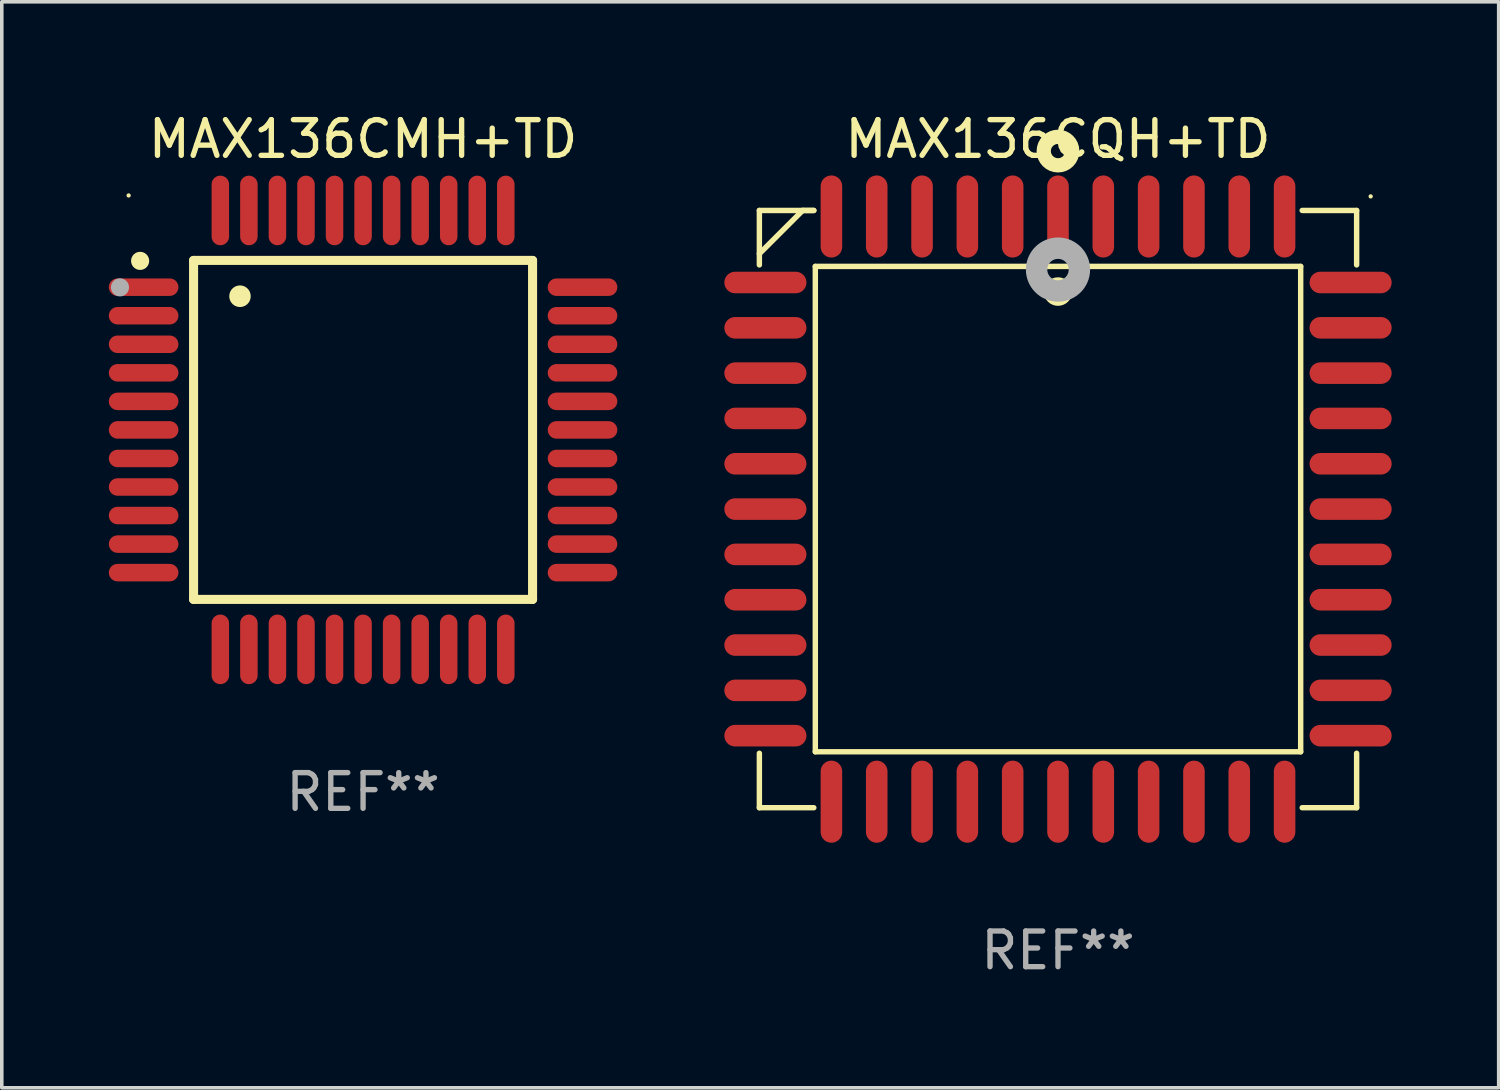
<source format=kicad_pcb>
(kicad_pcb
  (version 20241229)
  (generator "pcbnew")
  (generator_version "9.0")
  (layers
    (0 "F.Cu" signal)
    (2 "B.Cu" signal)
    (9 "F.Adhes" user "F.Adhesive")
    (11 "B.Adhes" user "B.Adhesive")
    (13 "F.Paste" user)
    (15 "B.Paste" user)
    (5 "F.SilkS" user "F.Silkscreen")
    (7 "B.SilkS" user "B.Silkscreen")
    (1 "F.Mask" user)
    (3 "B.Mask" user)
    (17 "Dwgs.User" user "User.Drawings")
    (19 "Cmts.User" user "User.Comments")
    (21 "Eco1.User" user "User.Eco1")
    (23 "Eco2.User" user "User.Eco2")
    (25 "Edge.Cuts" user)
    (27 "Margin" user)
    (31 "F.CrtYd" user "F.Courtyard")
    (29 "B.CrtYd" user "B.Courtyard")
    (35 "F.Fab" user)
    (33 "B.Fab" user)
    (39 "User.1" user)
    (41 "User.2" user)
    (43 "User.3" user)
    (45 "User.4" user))
  (footprint "MAX136CQH+TD"
    (layer "F.Cu")
    (at 26.6 11.217)
    (property "Reference" "MAX136CQH+TD" (at 0 -10.369 0) (layer "F.SilkS") (effects (font (size 1 1) (thickness 0.15))))
    (attr through_hole)
    (fp_line (start -8.369 -8.369) (end -8.369 -6.843) (stroke (width 0.152) (type solid)) (layer "F.SilkS"))
    (fp_line (start -8.369 8.369) (end -8.369 6.843) (stroke (width 0.152) (type solid)) (layer "F.SilkS"))
    (fp_line (start -7.156 -8.369) (end -8.369 -7.156) (stroke (width 0.152) (type solid)) (layer "F.SilkS"))
    (fp_line (start -6.843 -8.369) (end -8.369 -8.369) (stroke (width 0.152) (type solid)) (layer "F.SilkS"))
    (fp_line (start -6.843 -8.369) (end -7.156 -8.369) (stroke (width 0.152) (type solid)) (layer "F.SilkS"))
    (fp_line (start -6.843 8.369) (end -8.369 8.369) (stroke (width 0.152) (type solid)) (layer "F.SilkS"))
    (fp_line (start -6.801 -6.801) (end 6.801 -6.801) (stroke (width 0.152) (type solid)) (layer "F.SilkS"))
    (fp_line (start -6.801 6.801) (end -6.801 -6.801) (stroke (width 0.152) (type solid)) (layer "F.SilkS"))
    (fp_line (start 6.801 -6.801) (end 6.801 6.801) (stroke (width 0.152) (type solid)) (layer "F.SilkS"))
    (fp_line (start 6.801 6.801) (end -6.801 6.801) (stroke (width 0.152) (type solid)) (layer "F.SilkS"))
    (fp_line (start 6.843 -8.369) (end 8.369 -8.369) (stroke (width 0.152) (type solid)) (layer "F.SilkS"))
    (fp_line (start 6.843 8.369) (end 8.369 8.369) (stroke (width 0.152) (type solid)) (layer "F.SilkS"))
    (fp_line (start 8.369 -8.369) (end 8.369 -6.843) (stroke (width 0.152) (type solid)) (layer "F.SilkS"))
    (fp_line (start 8.369 8.369) (end 8.369 6.843) (stroke (width 0.152) (type solid)) (layer "F.SilkS"))
    (fp_circle (center -0.000013 -6.096) (end 0.2 -6.096) (stroke (width 0.4) (type solid)) (fill no) (layer "F.SilkS"))
    (fp_circle (center 0.000114 -10.033) (end 0.2 -10.033) (stroke (width 0.4) (type solid)) (fill no) (layer "F.SilkS"))
    (fp_circle (center 8.763 -8.763) (end 8.793 -8.763) (stroke (width 0.06) (type solid)) (fill no) (layer "F.SilkS"))
    (fp_circle (center 0.000114 -6.712) (end 0.3 -6.712) (stroke (width 0.6) (type solid)) (fill no) (layer "F.Fab"))
    (fp_text user "REF**" (at 0 12.369 0) (layer "F.Fab") (effects (font (size 1 1) (thickness 0.15))))
    (pad "1" smd oval (at 0.000114 -8.2) (size 0.604 2.3) (layers "F.Cu" "F.Mask" "F.Paste"))
    (pad "2" smd oval (at -1.27 -8.2) (size 0.604 2.3) (layers "F.Cu" "F.Mask" "F.Paste"))
    (pad "3" smd oval (at -2.54 -8.2) (size 0.604 2.3) (layers "F.Cu" "F.Mask" "F.Paste"))
    (pad "4" smd oval (at -3.81 -8.2) (size 0.604 2.3) (layers "F.Cu" "F.Mask" "F.Paste"))
    (pad "5" smd oval (at -5.08 -8.2) (size 0.604 2.3) (layers "F.Cu" "F.Mask" "F.Paste"))
    (pad "6" smd oval (at -6.35 -8.2) (size 0.604 2.3) (layers "F.Cu" "F.Mask" "F.Paste"))
    (pad "7" smd oval (at -8.2 -6.35) (size 2.3 0.604) (layers "F.Cu" "F.Mask" "F.Paste"))
    (pad "8" smd oval (at -8.2 -5.08) (size 2.3 0.604) (layers "F.Cu" "F.Mask" "F.Paste"))
    (pad "9" smd oval (at -8.2 -3.81) (size 2.3 0.604) (layers "F.Cu" "F.Mask" "F.Paste"))
    (pad "10" smd oval (at -8.2 -2.54) (size 2.3 0.604) (layers "F.Cu" "F.Mask" "F.Paste"))
    (pad "11" smd oval (at -8.2 -1.27) (size 2.3 0.604) (layers "F.Cu" "F.Mask" "F.Paste"))
    (pad "12" smd oval (at -8.2 0.000127) (size 2.3 0.604) (layers "F.Cu" "F.Mask" "F.Paste"))
    (pad "13" smd oval (at -8.2 1.27) (size 2.3 0.604) (layers "F.Cu" "F.Mask" "F.Paste"))
    (pad "14" smd oval (at -8.2 2.54) (size 2.3 0.604) (layers "F.Cu" "F.Mask" "F.Paste"))
    (pad "15" smd oval (at -8.2 3.81) (size 2.3 0.604) (layers "F.Cu" "F.Mask" "F.Paste"))
    (pad "16" smd oval (at -8.2 5.08) (size 2.3 0.604) (layers "F.Cu" "F.Mask" "F.Paste"))
    (pad "17" smd oval (at -8.2 6.35) (size 2.3 0.604) (layers "F.Cu" "F.Mask" "F.Paste"))
    (pad "18" smd oval (at -6.35 8.2) (size 0.604 2.3) (layers "F.Cu" "F.Mask" "F.Paste"))
    (pad "19" smd oval (at -5.08 8.2) (size 0.604 2.3) (layers "F.Cu" "F.Mask" "F.Paste"))
    (pad "20" smd oval (at -3.81 8.2) (size 0.604 2.3) (layers "F.Cu" "F.Mask" "F.Paste"))
    (pad "21" smd oval (at -2.54 8.2) (size 0.604 2.3) (layers "F.Cu" "F.Mask" "F.Paste"))
    (pad "22" smd oval (at -1.27 8.2) (size 0.604 2.3) (layers "F.Cu" "F.Mask" "F.Paste"))
    (pad "23" smd oval (at 0.000114 8.2) (size 0.604 2.3) (layers "F.Cu" "F.Mask" "F.Paste"))
    (pad "24" smd oval (at 1.27 8.2) (size 0.604 2.3) (layers "F.Cu" "F.Mask" "F.Paste"))
    (pad "25" smd oval (at 2.54 8.2) (size 0.604 2.3) (layers "F.Cu" "F.Mask" "F.Paste"))
    (pad "26" smd oval (at 3.81 8.2) (size 0.604 2.3) (layers "F.Cu" "F.Mask" "F.Paste"))
    (pad "27" smd oval (at 5.08 8.2) (size 0.604 2.3) (layers "F.Cu" "F.Mask" "F.Paste"))
    (pad "28" smd oval (at 6.35 8.2) (size 0.604 2.3) (layers "F.Cu" "F.Mask" "F.Paste"))
    (pad "29" smd oval (at 8.2 6.35) (size 2.3 0.604) (layers "F.Cu" "F.Mask" "F.Paste"))
    (pad "30" smd oval (at 8.2 5.08) (size 2.3 0.604) (layers "F.Cu" "F.Mask" "F.Paste"))
    (pad "31" smd oval (at 8.2 3.81) (size 2.3 0.604) (layers "F.Cu" "F.Mask" "F.Paste"))
    (pad "32" smd oval (at 8.2 2.54) (size 2.3 0.604) (layers "F.Cu" "F.Mask" "F.Paste"))
    (pad "33" smd oval (at 8.2 1.27) (size 2.3 0.604) (layers "F.Cu" "F.Mask" "F.Paste"))
    (pad "34" smd oval (at 8.2 0.000127) (size 2.3 0.604) (layers "F.Cu" "F.Mask" "F.Paste"))
    (pad "35" smd oval (at 8.2 -1.27) (size 2.3 0.604) (layers "F.Cu" "F.Mask" "F.Paste"))
    (pad "36" smd oval (at 8.2 -2.54) (size 2.3 0.604) (layers "F.Cu" "F.Mask" "F.Paste"))
    (pad "37" smd oval (at 8.2 -3.81) (size 2.3 0.604) (layers "F.Cu" "F.Mask" "F.Paste"))
    (pad "38" smd oval (at 8.2 -5.08) (size 2.3 0.604) (layers "F.Cu" "F.Mask" "F.Paste"))
    (pad "39" smd oval (at 8.2 -6.35) (size 2.3 0.604) (layers "F.Cu" "F.Mask" "F.Paste"))
    (pad "40" smd oval (at 6.35 -8.2) (size 0.604 2.3) (layers "F.Cu" "F.Mask" "F.Paste"))
    (pad "41" smd oval (at 5.08 -8.2) (size 0.604 2.3) (layers "F.Cu" "F.Mask" "F.Paste"))
    (pad "42" smd oval (at 3.81 -8.2) (size 0.604 2.3) (layers "F.Cu" "F.Mask" "F.Paste"))
    (pad "43" smd oval (at 2.54 -8.2) (size 0.604 2.3) (layers "F.Cu" "F.Mask" "F.Paste"))
    (pad "44" smd oval (at 1.27 -8.2) (size 0.604 2.3) (layers "F.Cu" "F.Mask" "F.Paste")))
  (footprint "MAX136CMH+TD"
    (layer "F.Cu")
    (at 7.125 8.998)
    (property "Reference" "MAX136CMH+TD" (at 0 -8.15 0) (layer "F.SilkS") (effects (font (size 1 1) (thickness 0.15))))
    (attr through_hole)
    (fp_line (start -4.75 -4.75) (end 4.75 -4.75) (stroke (width 0.254) (type solid)) (layer "F.SilkS"))
    (fp_line (start -4.75 4.75) (end -4.75 -4.75) (stroke (width 0.254) (type solid)) (layer "F.SilkS"))
    (fp_line (start 4.75 -4.75) (end 4.75 4.75) (stroke (width 0.254) (type solid)) (layer "F.SilkS"))
    (fp_line (start 4.75 4.75) (end -4.75 4.75) (stroke (width 0.254) (type solid)) (layer "F.SilkS"))
    (fp_arc (start -3.449301 -3.743942) (mid -3.449312 -3.746482) (end -3.449301 -3.749022) (stroke (width 0.6) (type solid)) (layer "F.SilkS"))
    (fp_circle (center -6.57 -6.57) (end -6.54 -6.57) (stroke (width 0.06) (type solid)) (fill no) (layer "F.SilkS"))
    (fp_circle (center -6.248 -4.737) (end -6.121 -4.737) (stroke (width 0.254) (type solid)) (fill no) (layer "F.SilkS"))
    (fp_circle (center -6.813 -3.995) (end -6.686 -3.995) (stroke (width 0.254) (type solid)) (fill no) (layer "F.Fab"))
    (fp_text user "REF**" (at 0 10.15 0) (layer "F.Fab") (effects (font (size 1 1) (thickness 0.15))))
    (pad "1" smd oval (at -6.15 -4 90) (size 0.49 1.95) (layers "F.Cu" "F.Mask" "F.Paste"))
    (pad "2" smd oval (at -6.15 -3.2 90) (size 0.49 1.95) (layers "F.Cu" "F.Mask" "F.Paste"))
    (pad "3" smd oval (at -6.15 -2.4 90) (size 0.49 1.95) (layers "F.Cu" "F.Mask" "F.Paste"))
    (pad "4" smd oval (at -6.15 -1.6 90) (size 0.49 1.95) (layers "F.Cu" "F.Mask" "F.Paste"))
    (pad "5" smd oval (at -6.15 -0.8 90) (size 0.49 1.95) (layers "F.Cu" "F.Mask" "F.Paste"))
    (pad "6" smd oval (at -6.15 0 90) (size 0.49 1.95) (layers "F.Cu" "F.Mask" "F.Paste"))
    (pad "7" smd oval (at -6.15 0.8 90) (size 0.49 1.95) (layers "F.Cu" "F.Mask" "F.Paste"))
    (pad "8" smd oval (at -6.15 1.6 90) (size 0.49 1.95) (layers "F.Cu" "F.Mask" "F.Paste"))
    (pad "9" smd oval (at -6.15 2.4 90) (size 0.49 1.95) (layers "F.Cu" "F.Mask" "F.Paste"))
    (pad "10" smd oval (at -6.15 3.2 90) (size 0.49 1.95) (layers "F.Cu" "F.Mask" "F.Paste"))
    (pad "11" smd oval (at -6.15 4 90) (size 0.49 1.95) (layers "F.Cu" "F.Mask" "F.Paste"))
    (pad "12" smd oval (at -4 6.15) (size 0.49 1.95) (layers "F.Cu" "F.Mask" "F.Paste"))
    (pad "13" smd oval (at -3.2 6.15) (size 0.49 1.95) (layers "F.Cu" "F.Mask" "F.Paste"))
    (pad "14" smd oval (at -2.4 6.15) (size 0.49 1.95) (layers "F.Cu" "F.Mask" "F.Paste"))
    (pad "15" smd oval (at -1.6 6.15) (size 0.49 1.95) (layers "F.Cu" "F.Mask" "F.Paste"))
    (pad "16" smd oval (at -0.8 6.15) (size 0.49 1.95) (layers "F.Cu" "F.Mask" "F.Paste"))
    (pad "17" smd oval (at 0 6.15) (size 0.49 1.95) (layers "F.Cu" "F.Mask" "F.Paste"))
    (pad "18" smd oval (at 0.8 6.15) (size 0.49 1.95) (layers "F.Cu" "F.Mask" "F.Paste"))
    (pad "19" smd oval (at 1.6 6.15) (size 0.49 1.95) (layers "F.Cu" "F.Mask" "F.Paste"))
    (pad "20" smd oval (at 2.4 6.15) (size 0.49 1.95) (layers "F.Cu" "F.Mask" "F.Paste"))
    (pad "21" smd oval (at 3.2 6.15) (size 0.49 1.95) (layers "F.Cu" "F.Mask" "F.Paste"))
    (pad "22" smd oval (at 4 6.15) (size 0.49 1.95) (layers "F.Cu" "F.Mask" "F.Paste"))
    (pad "23" smd oval (at 6.15 4 90) (size 0.49 1.95) (layers "F.Cu" "F.Mask" "F.Paste"))
    (pad "24" smd oval (at 6.15 3.2 90) (size 0.49 1.95) (layers "F.Cu" "F.Mask" "F.Paste"))
    (pad "25" smd oval (at 6.15 2.4 90) (size 0.49 1.95) (layers "F.Cu" "F.Mask" "F.Paste"))
    (pad "26" smd oval (at 6.15 1.6 90) (size 0.49 1.95) (layers "F.Cu" "F.Mask" "F.Paste"))
    (pad "27" smd oval (at 6.15 0.8 90) (size 0.49 1.95) (layers "F.Cu" "F.Mask" "F.Paste"))
    (pad "28" smd oval (at 6.15 0 90) (size 0.49 1.95) (layers "F.Cu" "F.Mask" "F.Paste"))
    (pad "29" smd oval (at 6.15 -0.8 90) (size 0.49 1.95) (layers "F.Cu" "F.Mask" "F.Paste"))
    (pad "30" smd oval (at 6.15 -1.6 90) (size 0.49 1.95) (layers "F.Cu" "F.Mask" "F.Paste"))
    (pad "31" smd oval (at 6.15 -2.4 90) (size 0.49 1.95) (layers "F.Cu" "F.Mask" "F.Paste"))
    (pad "32" smd oval (at 6.15 -3.2 90) (size 0.49 1.95) (layers "F.Cu" "F.Mask" "F.Paste"))
    (pad "33" smd oval (at 6.15 -4 90) (size 0.49 1.95) (layers "F.Cu" "F.Mask" "F.Paste"))
    (pad "34" smd oval (at 4 -6.15) (size 0.49 1.95) (layers "F.Cu" "F.Mask" "F.Paste"))
    (pad "35" smd oval (at 3.2 -6.15) (size 0.49 1.95) (layers "F.Cu" "F.Mask" "F.Paste"))
    (pad "36" smd oval (at 2.4 -6.15) (size 0.49 1.95) (layers "F.Cu" "F.Mask" "F.Paste"))
    (pad "37" smd oval (at 1.6 -6.15) (size 0.49 1.95) (layers "F.Cu" "F.Mask" "F.Paste"))
    (pad "38" smd oval (at 0.8 -6.15) (size 0.49 1.95) (layers "F.Cu" "F.Mask" "F.Paste"))
    (pad "39" smd oval (at 0 -6.15) (size 0.49 1.95) (layers "F.Cu" "F.Mask" "F.Paste"))
    (pad "40" smd oval (at -0.8 -6.15) (size 0.49 1.95) (layers "F.Cu" "F.Mask" "F.Paste"))
    (pad "41" smd oval (at -1.6 -6.15) (size 0.49 1.95) (layers "F.Cu" "F.Mask" "F.Paste"))
    (pad "42" smd oval (at -2.4 -6.15) (size 0.49 1.95) (layers "F.Cu" "F.Mask" "F.Paste"))
    (pad "43" smd oval (at -3.2 -6.15) (size 0.49 1.95) (layers "F.Cu" "F.Mask" "F.Paste"))
    (pad "44" smd oval (at -4 -6.15) (size 0.49 1.95) (layers "F.Cu" "F.Mask" "F.Paste")))
  (gr_rect
    (start -3 -3)
    (end 38.95 27.435)
    (stroke (width 0.1) (type default))
    (fill no)
    (layer "Edge.Cuts")))
</source>
